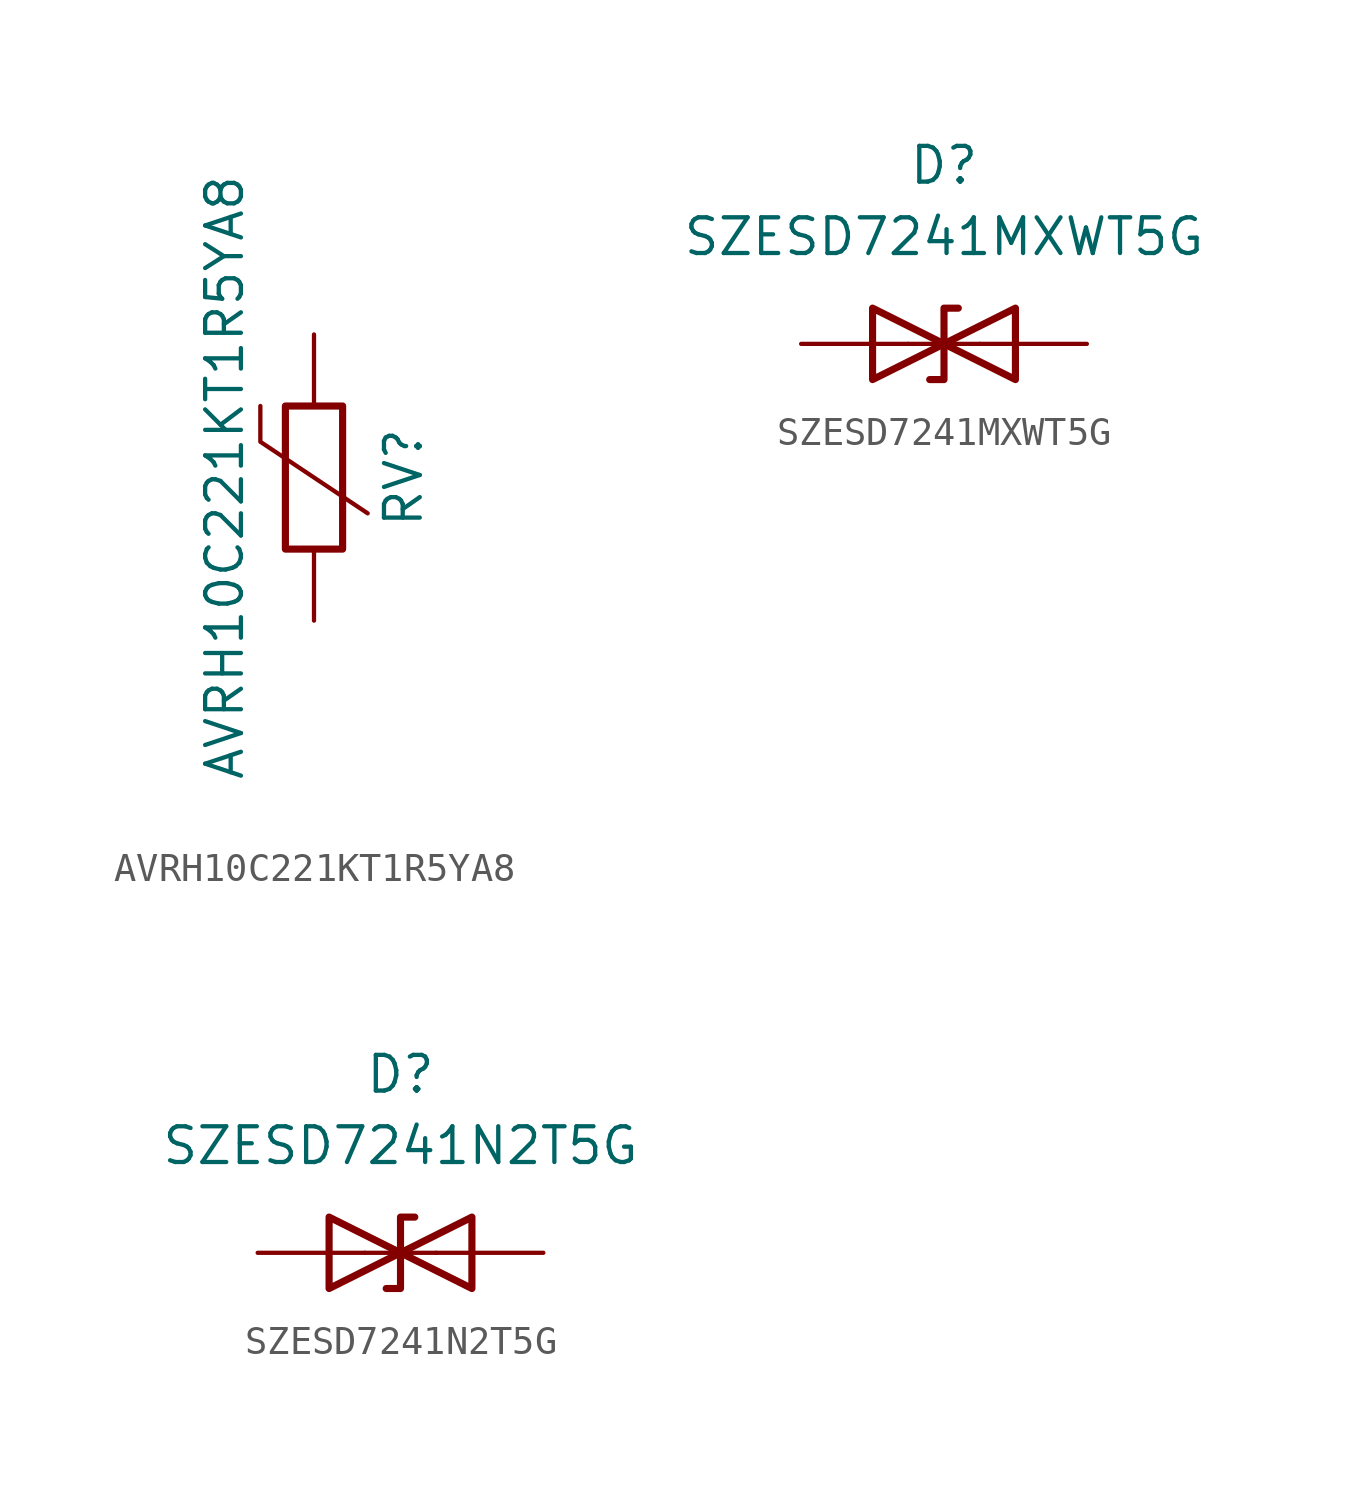
<source format=kicad_sym>
(kicad_symbol_lib
  (version 20241209)
  (generator "kicad_symbol_editor")
  (generator_version "9.0")
  (symbol "AVRH10C221KT1R5YA8"
    (pin_numbers
      (hide yes))
    (pin_names
      (offset 0))
    (property "Reference" "RV"
      (at 3.175 0 90)
      (effects (font (size 1.27 1.27))))
    (property "Value" "AVRH10C221KT1R5YA8"
      (at -3.175 0 90)
      (effects (font (size 1.27 1.27))))
    (symbol "AVRH10C221KT1R5YA8_0_1"
      (polyline (pts (xy -1.905 2.54) (xy -1.905 1.27) (xy 1.905 -1.27)) (stroke (width 0) (type default)) (fill (type none)))
      (rectangle (start -1.016 -2.54) (end 1.016 2.54) (stroke (width 0.254) (type default)) (fill (type none))))
    (symbol "AVRH10C221KT1R5YA8_1_1"
      (pin passive line (at 0 5.08 270) (length 2.54) (name "~" (effects (font (size 1.27 1.27)))) (number "1" (effects (font (size 1.27 1.27)))))
      (pin passive line (at 0 -5.08 90) (length 2.54) (name "~" (effects (font (size 1.27 1.27)))) (number "2" (effects (font (size 1.27 1.27)))))))
  (symbol "SZESD7241MXWT5G"
    (pin_numbers
      (hide yes))
    (pin_names
      (hide yes))
    (property "Reference" "D"
      (at 0 3.81 0)
      (effects (font (size 1.27 1.27))))
    (property "Value" "SZESD7241MXWT5G"
      (at 0 1.27 0)
      (effects (font (size 1.27 1.27))))
    (symbol "SZESD7241MXWT5G_0_1"
      (polyline (pts (xy -2.54 -1.27) (xy -2.54 -3.81) (xy 2.54 -1.27) (xy 2.54 -3.81) (xy -2.54 -1.27)) (stroke (width 0.254) (type default)) (fill (type none)))
      (polyline (pts (xy 0.508 -1.27) (xy 0 -1.27) (xy 0 -3.81) (xy -0.508 -3.81)) (stroke (width 0.254) (type default)) (fill (type none)))
      (polyline (pts (xy 1.27 -2.54) (xy -1.27 -2.54)) (stroke (width 0) (type default)) (fill (type none))))
    (symbol "SZESD7241MXWT5G_1_1"
      (pin passive line (at -5.08 -2.54 0) (length 3.81) (name "A1" (effects (font (size 1.27 1.27)))) (number "1" (effects (font (size 1.27 1.27)))))
      (pin passive line (at 5.08 -2.54 180) (length 3.81) (name "A2" (effects (font (size 1.27 1.27)))) (number "2" (effects (font (size 1.27 1.27)))))))
  (symbol "SZESD7241N2T5G"
    (pin_numbers
      (hide yes))
    (pin_names
      (hide yes))
    (property "Reference" "D"
      (at 0 3.81 0)
      (effects (font (size 1.27 1.27))))
    (property "Value" "SZESD7241N2T5G"
      (at 0 1.27 0)
      (effects (font (size 1.27 1.27))))
    (symbol "SZESD7241N2T5G_0_1"
      (polyline (pts (xy -2.54 -1.27) (xy -2.54 -3.81) (xy 2.54 -1.27) (xy 2.54 -3.81) (xy -2.54 -1.27)) (stroke (width 0.254) (type default)) (fill (type none)))
      (polyline (pts (xy 0.508 -1.27) (xy 0 -1.27) (xy 0 -3.81) (xy -0.508 -3.81)) (stroke (width 0.254) (type default)) (fill (type none)))
      (polyline (pts (xy 1.27 -2.54) (xy -1.27 -2.54)) (stroke (width 0) (type default)) (fill (type none))))
    (symbol "SZESD7241N2T5G_1_1"
      (pin passive line (at -5.08 -2.54 0) (length 3.81) (name "A1" (effects (font (size 1.27 1.27)))) (number "1" (effects (font (size 1.27 1.27)))))
      (pin passive line (at 5.08 -2.54 180) (length 3.81) (name "A2" (effects (font (size 1.27 1.27)))) (number "2" (effects (font (size 1.27 1.27))))))))
</source>
